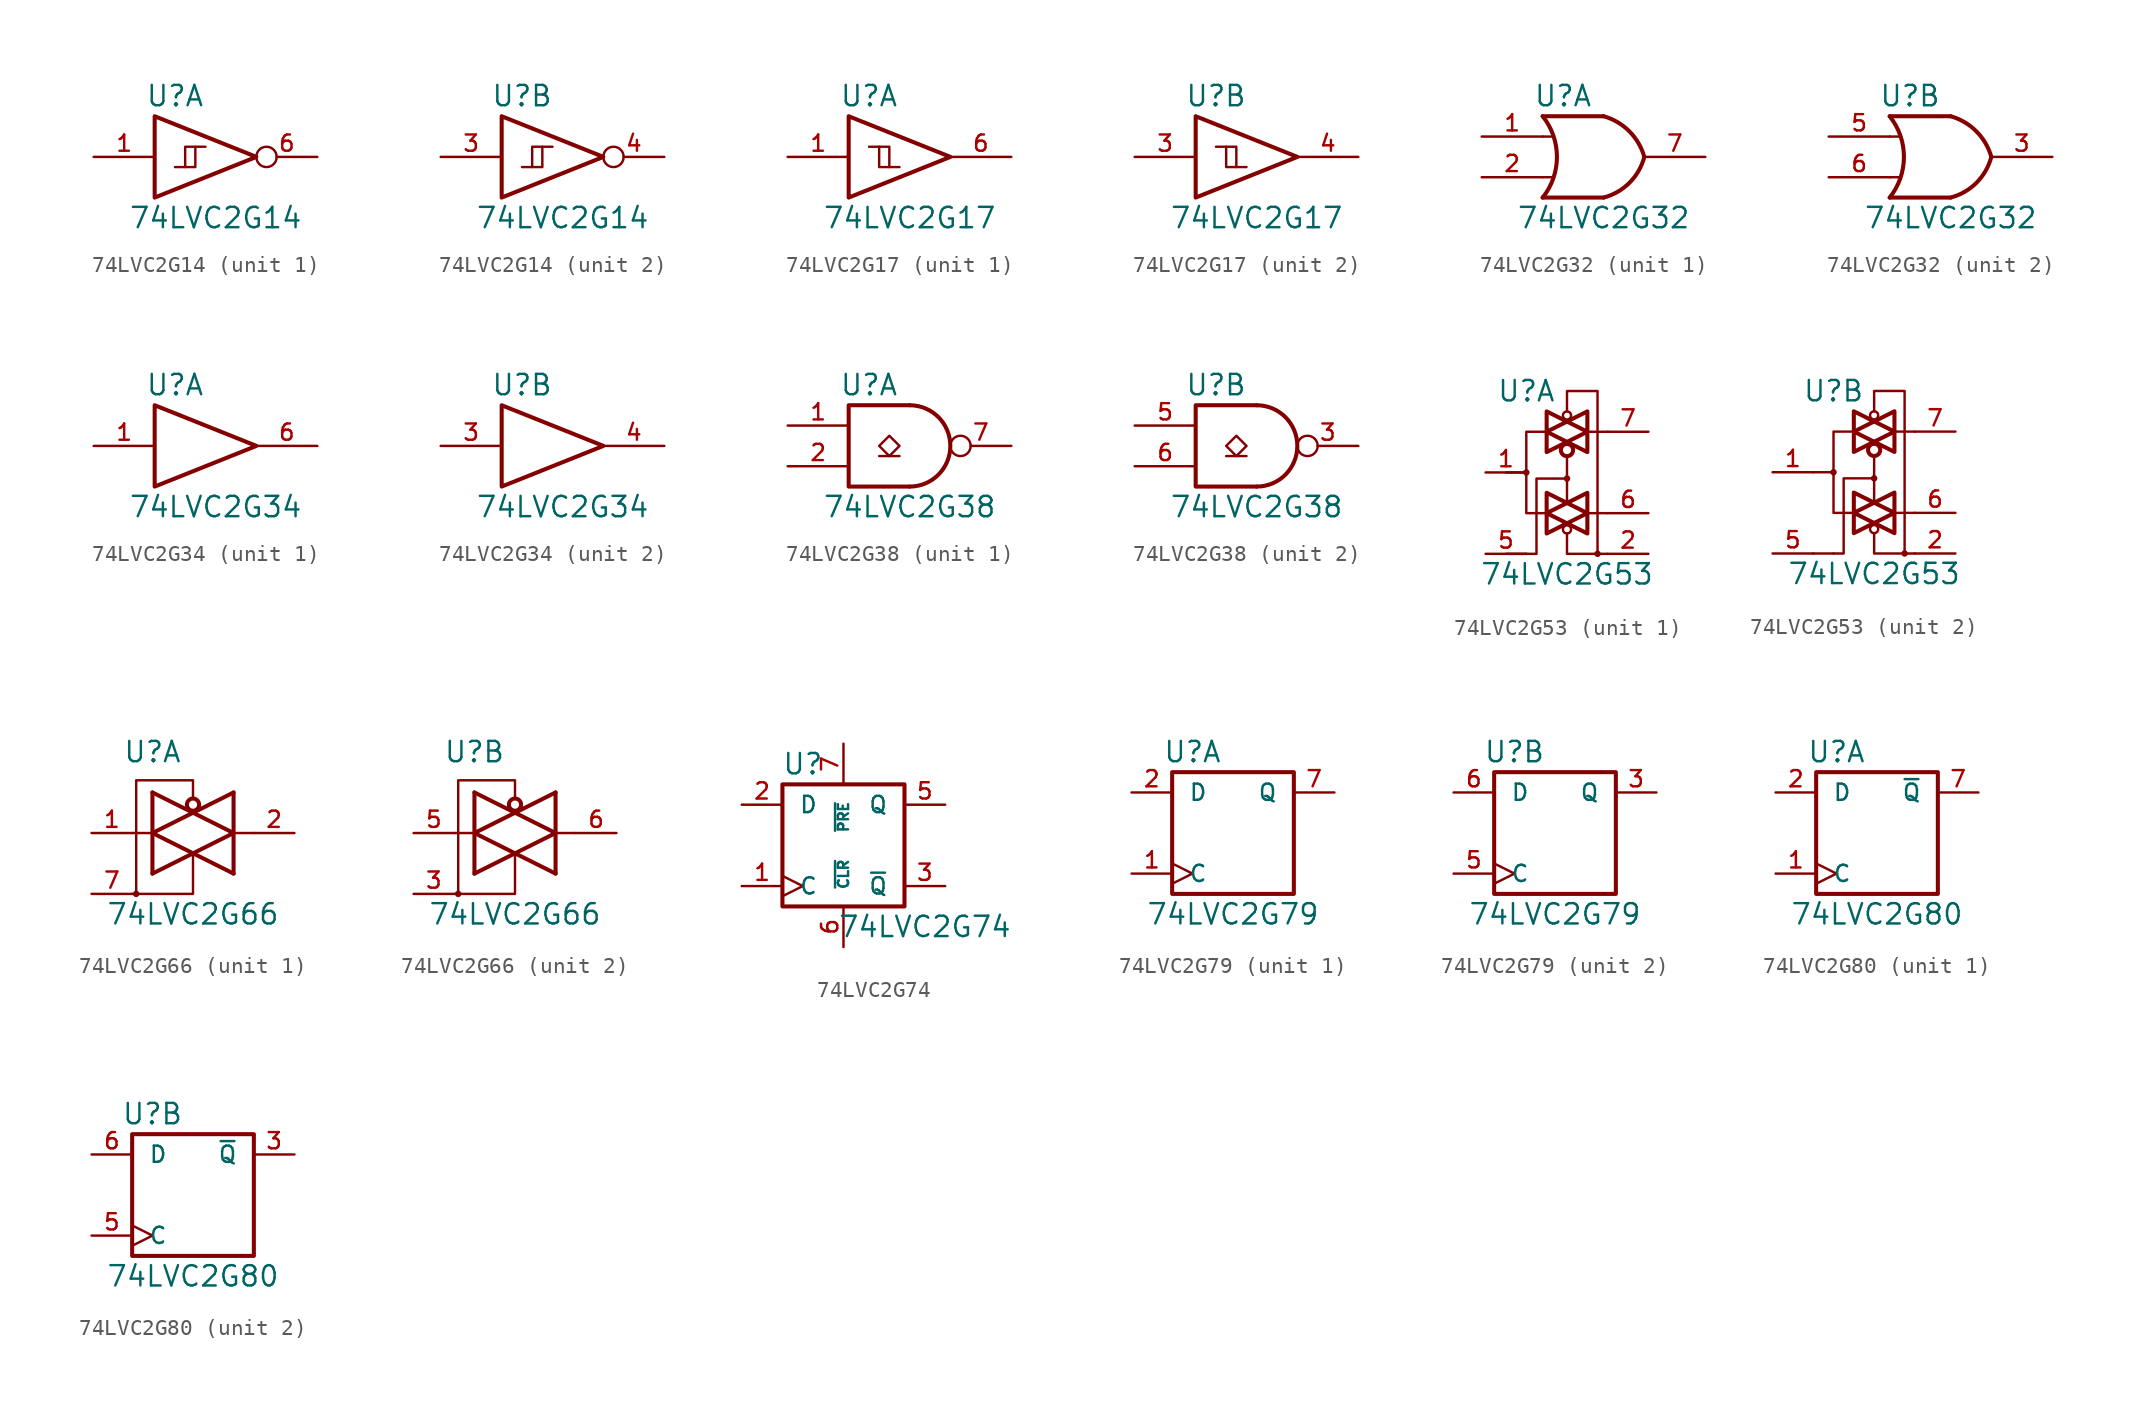
<source format=kicad_sym>
(kicad_symbol_lib
  (version 20201005)
  (generator kicad_symbol_editor)
  (symbol "74xGxx:74LVC2G14"
    (pin_names
      (offset 1.016))
    (property "Reference" "U"
      (at -2.54 3.81 0)
      (effects (font (size 1.27 1.27))))
    (property "Value" "74LVC2G14"
      (at 0 -3.81 0)
      (effects (font (size 1.27 1.27))))
    (symbol "74LVC2G14_0_1"
      (polyline (pts (xy -1.905 -0.635) (xy -1.27 -0.635) (xy -1.27 0.635)) (stroke (width 0)) (fill (type none)))
      (polyline (pts (xy -3.81 2.54) (xy -3.81 -2.54) (xy 2.54 0) (xy -3.81 2.54)) (stroke (width 0.254)) (fill (type none)))
      (polyline (pts (xy -2.54 -0.635) (xy -1.905 -0.635) (xy -1.905 0.635) (xy -0.635 0.635)) (stroke (width 0)) (fill (type none)))
      (pin power_in line (at 0 -2.54 270) (length 0) hide (name "GND" (effects (font (size 1.016 1.016)))) (number "2" (effects (font (size 1.016 1.016)))))
      (pin power_in line (at 0 2.54 90) (length 0) hide (name "VCC" (effects (font (size 1.016 1.016)))) (number "5" (effects (font (size 1.016 1.016))))))
    (symbol "74LVC2G14_1_1"
      (pin input line (at -7.62 0 0) (length 3.81) (name "~" (effects (font (size 1.016 1.016)))) (number "1" (effects (font (size 1.016 1.016)))))
      (pin output inverted (at 6.35 0 180) (length 3.81) (name "~" (effects (font (size 1.016 1.016)))) (number "6" (effects (font (size 1.016 1.016))))))
    (symbol "74LVC2G14_2_1"
      (pin input line (at -7.62 0 0) (length 3.81) (name "~" (effects (font (size 1.016 1.016)))) (number "3" (effects (font (size 1.016 1.016)))))
      (pin output inverted (at 6.35 0 180) (length 3.81) (name "~" (effects (font (size 1.016 1.016)))) (number "4" (effects (font (size 1.016 1.016)))))))
  (symbol "74xGxx:74LVC2G17"
    (pin_names
      (offset 1.016))
    (property "Reference" "U"
      (at -2.54 3.81 0)
      (effects (font (size 1.27 1.27))))
    (property "Value" "74LVC2G17"
      (at 0 -3.81 0)
      (effects (font (size 1.27 1.27))))
    (symbol "74LVC2G17_0_1"
      (polyline (pts (xy -1.905 0.635) (xy -1.27 0.635) (xy -1.27 -0.635)) (stroke (width 0)) (fill (type none)))
      (polyline (pts (xy -3.81 2.54) (xy -3.81 -2.54) (xy 2.54 0) (xy -3.81 2.54)) (stroke (width 0.254)) (fill (type none)))
      (polyline (pts (xy -2.54 0.635) (xy -1.905 0.635) (xy -1.905 -0.635) (xy -0.635 -0.635)) (stroke (width 0)) (fill (type none)))
      (pin power_in line (at 0 -2.54 270) (length 0) hide (name "GND" (effects (font (size 1.016 1.016)))) (number "2" (effects (font (size 1.016 1.016)))))
      (pin power_in line (at 0 2.54 90) (length 0) hide (name "VCC" (effects (font (size 1.016 1.016)))) (number "5" (effects (font (size 1.016 1.016))))))
    (symbol "74LVC2G17_1_1"
      (pin input line (at -7.62 0 0) (length 3.81) (name "~" (effects (font (size 1.016 1.016)))) (number "1" (effects (font (size 1.016 1.016)))))
      (pin output line (at 6.35 0 180) (length 3.81) (name "~" (effects (font (size 1.016 1.016)))) (number "6" (effects (font (size 1.016 1.016))))))
    (symbol "74LVC2G17_2_1"
      (pin input line (at -7.62 0 0) (length 3.81) (name "~" (effects (font (size 1.016 1.016)))) (number "3" (effects (font (size 1.016 1.016)))))
      (pin output line (at 6.35 0 180) (length 3.81) (name "~" (effects (font (size 1.016 1.016)))) (number "4" (effects (font (size 1.016 1.016)))))))
  (symbol "74xGxx:74LVC2G32"
    (pin_names
      (offset 1.016))
    (property "Reference" "U"
      (at -2.54 3.81 0)
      (effects (font (size 1.27 1.27))))
    (property "Value" "74LVC2G32"
      (at 0 -3.81 0)
      (effects (font (size 1.27 1.27))))
    (symbol "74LVC2G32_0_1"
      (arc (start -3.81 2.54) (end -3.81 -2.54) (radius (at -6.985 0) (length 4.064) (angles 38.6 -38.6)) (stroke (width 0.254)) (fill (type none)))
      (arc (start 0 2.54) (end 2.54 0) (radius (at -0.9652 -0.9398) (length 3.6068) (angles 74.4 15)) (stroke (width 0.254)) (fill (type none)))
      (arc (start 0 -2.54) (end 2.54 0) (radius (at -0.9652 0.9398) (length 3.6068) (angles -74.4 -15)) (stroke (width 0.254)) (fill (type none)))
      (polyline (pts (xy -3.81 -1.27) (xy -3.175 -1.27)) (stroke (width 0)) (fill (type none)))
      (polyline (pts (xy -3.81 1.27) (xy -3.175 1.27)) (stroke (width 0)) (fill (type none)))
      (polyline (pts (xy 0 -2.54) (xy -3.81 -2.54)) (stroke (width 0.254)) (fill (type background)))
      (polyline (pts (xy 0 2.54) (xy -3.81 2.54)) (stroke (width 0.254)) (fill (type background)))
      (pin power_in line (at 0 -2.54 270) (length 0) hide (name "GND" (effects (font (size 1.016 1.016)))) (number "4" (effects (font (size 1.016 1.016)))))
      (pin power_in line (at 0 2.54 90) (length 0) hide (name "VCC" (effects (font (size 1.016 1.016)))) (number "8" (effects (font (size 1.016 1.016))))))
    (symbol "74LVC2G32_1_1"
      (pin input line (at -7.62 1.27 0) (length 3.81) (name "~" (effects (font (size 1.016 1.016)))) (number "1" (effects (font (size 1.016 1.016)))))
      (pin input line (at -7.62 -1.27 0) (length 3.81) (name "~" (effects (font (size 1.016 1.016)))) (number "2" (effects (font (size 1.016 1.016)))))
      (pin output line (at 6.35 0 180) (length 3.81) (name "~" (effects (font (size 1.016 1.016)))) (number "7" (effects (font (size 1.016 1.016))))))
    (symbol "74LVC2G32_2_1"
      (pin output line (at 6.35 0 180) (length 3.81) (name "~" (effects (font (size 1.016 1.016)))) (number "3" (effects (font (size 1.016 1.016)))))
      (pin input line (at -7.62 1.27 0) (length 3.81) (name "~" (effects (font (size 1.016 1.016)))) (number "5" (effects (font (size 1.016 1.016)))))
      (pin input line (at -7.62 -1.27 0) (length 3.81) (name "~" (effects (font (size 1.016 1.016)))) (number "6" (effects (font (size 1.016 1.016)))))))
  (symbol "74xGxx:74LVC2G34"
    (pin_names
      (offset 1.016))
    (property "Reference" "U"
      (at -2.54 3.81 0)
      (effects (font (size 1.27 1.27))))
    (property "Value" "74LVC2G34"
      (at 0 -3.81 0)
      (effects (font (size 1.27 1.27))))
    (symbol "74LVC2G34_0_1"
      (polyline (pts (xy -3.81 2.54) (xy -3.81 -2.54) (xy 2.54 0) (xy -3.81 2.54)) (stroke (width 0.254)) (fill (type none)))
      (pin power_in line (at 0 -2.54 270) (length 0) hide (name "GND" (effects (font (size 1.016 1.016)))) (number "2" (effects (font (size 1.016 1.016)))))
      (pin power_in line (at 0 2.54 90) (length 0) hide (name "VCC" (effects (font (size 1.016 1.016)))) (number "5" (effects (font (size 1.016 1.016))))))
    (symbol "74LVC2G34_1_1"
      (pin input line (at -7.62 0 0) (length 3.81) (name "~" (effects (font (size 1.016 1.016)))) (number "1" (effects (font (size 1.016 1.016)))))
      (pin output line (at 6.35 0 180) (length 3.81) (name "~" (effects (font (size 1.016 1.016)))) (number "6" (effects (font (size 1.016 1.016))))))
    (symbol "74LVC2G34_2_1"
      (pin input line (at -7.62 0 0) (length 3.81) (name "~" (effects (font (size 1.016 1.016)))) (number "3" (effects (font (size 1.016 1.016)))))
      (pin output line (at 6.35 0 180) (length 3.81) (name "~" (effects (font (size 1.016 1.016)))) (number "4" (effects (font (size 1.016 1.016)))))))
  (symbol "74xGxx:74LVC2G38"
    (pin_names
      (offset 1.016))
    (property "Reference" "U"
      (at -2.54 3.81 0)
      (effects (font (size 1.27 1.27))))
    (property "Value" "74LVC2G38"
      (at 0 -3.81 0)
      (effects (font (size 1.27 1.27))))
    (symbol "74LVC2G38_0_1"
      (arc (start 0 -2.54) (end 0 2.54) (radius (at 0 0) (length 2.54) (angles -89.9 89.9)) (stroke (width 0.254)) (fill (type none)))
      (polyline (pts (xy -1.905 -0.635) (xy -0.635 -0.635)) (stroke (width 0)) (fill (type none)))
      (polyline (pts (xy 0 -2.54) (xy -3.81 -2.54) (xy -3.81 2.54) (xy 0 2.54)) (stroke (width 0.254)) (fill (type none)))
      (polyline (pts (xy -1.27 0.635) (xy -1.905 0) (xy -1.27 -0.635) (xy -0.635 0) (xy -1.27 0.635)) (stroke (width 0)) (fill (type none)))
      (pin power_in line (at 0 -2.54 270) (length 0) hide (name "GND" (effects (font (size 1.016 1.016)))) (number "4" (effects (font (size 1.016 1.016)))))
      (pin power_in line (at 0 2.54 90) (length 0) hide (name "VCC" (effects (font (size 1.016 1.016)))) (number "8" (effects (font (size 1.016 1.016))))))
    (symbol "74LVC2G38_1_1"
      (pin input line (at -7.62 1.27 0) (length 3.81) (name "~" (effects (font (size 1.016 1.016)))) (number "1" (effects (font (size 1.016 1.016)))))
      (pin input line (at -7.62 -1.27 0) (length 3.81) (name "~" (effects (font (size 1.016 1.016)))) (number "2" (effects (font (size 1.016 1.016)))))
      (pin open_collector inverted (at 6.35 0 180) (length 3.81) (name "~" (effects (font (size 1.016 1.016)))) (number "7" (effects (font (size 1.016 1.016))))))
    (symbol "74LVC2G38_2_1"
      (pin open_collector inverted (at 6.35 0 180) (length 3.81) (name "~" (effects (font (size 1.016 1.016)))) (number "3" (effects (font (size 1.016 1.016)))))
      (pin input line (at -7.62 1.27 0) (length 3.81) (name "~" (effects (font (size 1.016 1.016)))) (number "5" (effects (font (size 1.016 1.016)))))
      (pin input line (at -7.62 -1.27 0) (length 3.81) (name "~" (effects (font (size 1.016 1.016)))) (number "6" (effects (font (size 1.016 1.016)))))))
  (symbol "74xGxx:74LVC2G53"
    (pin_names
      (offset 1.016))
    (property "Reference" "U"
      (at -2.54 5.08 0)
      (effects (font (size 1.27 1.27))))
    (property "Value" "74LVC2G53"
      (at 0 -6.35 0)
      (effects (font (size 1.27 1.27))))
    (symbol "74LVC2G53_0_1"
      (circle (center -2.54 0) (radius 0.127) (stroke (width 0)) (fill (type none)))
      (circle (center 0 -3.556) (radius 0.254) (stroke (width 0)) (fill (type none)))
      (circle (center 0 -0.381) (radius 0.127) (stroke (width 0)) (fill (type none)))
      (circle (center 0 1.397) (radius 0.381) (stroke (width 0.254)) (fill (type none)))
      (circle (center 0 3.556) (radius 0.254) (stroke (width 0)) (fill (type none)))
      (circle (center 1.905 -5.08) (radius 0.127) (stroke (width 0)) (fill (type none)))
      (polyline (pts (xy -3.81 -5.08) (xy -2.54 -5.08)) (stroke (width 0)) (fill (type none)))
      (polyline (pts (xy -3.81 0) (xy -2.54 0)) (stroke (width 0)) (fill (type none)))
      (polyline (pts (xy 2.54 -2.54) (xy 1.27 -2.54)) (stroke (width 0)) (fill (type none)))
      (polyline (pts (xy 2.54 2.54) (xy 1.27 2.54)) (stroke (width 0)) (fill (type none)))
      (polyline (pts (xy 0 -3.81) (xy 0 -5.08) (xy 2.54 -5.08)) (stroke (width 0)) (fill (type none)))
      (polyline (pts (xy 0 1.016) (xy 0 0) (xy 0 -1.905)) (stroke (width 0)) (fill (type none)))
      (polyline (pts (xy -1.27 -2.54) (xy 0 -3.175) (xy -1.27 -3.81) (xy -1.27 -2.54)) (stroke (width 0.254)) (fill (type none)))
      (polyline (pts (xy -1.27 -1.27) (xy -1.27 -2.54) (xy 0 -1.905) (xy -1.27 -1.27)) (stroke (width 0.254)) (fill (type none)))
      (polyline (pts (xy -1.27 2.54) (xy 0 1.905) (xy -1.27 1.27) (xy -1.27 2.54)) (stroke (width 0.254)) (fill (type none)))
      (polyline (pts (xy -1.27 3.81) (xy 0 3.175) (xy -1.27 2.54) (xy -1.27 3.81)) (stroke (width 0.254)) (fill (type none)))
      (polyline (pts (xy 0 -0.381) (xy -1.905 -0.381) (xy -1.905 -5.08) (xy -2.54 -5.08)) (stroke (width 0)) (fill (type none)))
      (polyline (pts (xy 1.27 -2.54) (xy 0 -3.175) (xy 1.27 -3.81) (xy 1.27 -2.54)) (stroke (width 0.254)) (fill (type none)))
      (polyline (pts (xy 1.27 -1.27) (xy 1.27 -2.54) (xy 0 -1.905) (xy 1.27 -1.27)) (stroke (width 0.254)) (fill (type none)))
      (polyline (pts (xy 1.27 2.54) (xy 1.27 1.27) (xy 0 1.905) (xy 1.27 2.54)) (stroke (width 0.254)) (fill (type none)))
      (polyline (pts (xy 1.27 2.54) (xy 1.27 3.81) (xy 0 3.175) (xy 1.27 2.54)) (stroke (width 0.254)) (fill (type none)))
      (polyline (pts (xy 1.905 -5.08) (xy 1.905 5.08) (xy 0 5.08) (xy 0 3.81)) (stroke (width 0)) (fill (type none)))
      (polyline (pts (xy -1.27 2.54) (xy -2.54 2.54) (xy -2.54 0) (xy -2.54 -2.54) (xy -1.27 -2.54)) (stroke (width 0)) (fill (type none)))
      (pin power_in line (at -1.27 -5.08 270) (length 0) hide (name "GND" (effects (font (size 1.016 1.016)))) (number "4" (effects (font (size 1.016 1.016)))))
      (pin power_in line (at 0 5.08 90) (length 0) hide (name "VCC" (effects (font (size 1.016 1.016)))) (number "8" (effects (font (size 1.016 1.016))))))
    (symbol "74LVC2G53_1_1"
      (pin bidirectional line (at -5.08 0 0) (length 2.54) (name "~" (effects (font (size 1.016 1.016)))) (number "1" (effects (font (size 1.016 1.016)))))
      (pin bidirectional line (at 5.08 -5.08 180) (length 2.54) (name "~" (effects (font (size 1.016 1.016)))) (number "2" (effects (font (size 1.016 1.016)))))
      (pin power_in line (at 1.27 -5.08 270) (length 0) hide (name "GND" (effects (font (size 1.016 1.016)))) (number "3" (effects (font (size 1.016 1.016)))))
      (pin input line (at -5.08 -5.08 0) (length 2.54) (name "~" (effects (font (size 1.016 1.016)))) (number "5" (effects (font (size 1.016 1.016)))))
      (pin bidirectional line (at 5.08 -2.54 180) (length 2.54) (name "~" (effects (font (size 1.016 1.016)))) (number "6" (effects (font (size 1.016 1.016)))))
      (pin bidirectional line (at 5.08 2.54 180) (length 2.54) (name "~" (effects (font (size 1.016 1.016)))) (number "7" (effects (font (size 1.016 1.016))))))
    (symbol "74LVC2G53_2_1"
      (pin bidirectional line (at -6.35 0 0) (length 2.54) (name "~" (effects (font (size 1.016 1.016)))) (number "1" (effects (font (size 1.016 1.016)))))
      (pin input line (at 5.08 -5.08 180) (length 2.54) (name "~" (effects (font (size 1.016 1.016)))) (number "2" (effects (font (size 1.016 1.016)))))
      (pin input line (at -6.35 -5.08 0) (length 2.54) (name "~" (effects (font (size 1.016 1.016)))) (number "5" (effects (font (size 1.016 1.016)))))
      (pin bidirectional line (at 5.08 -2.54 180) (length 2.54) (name "~" (effects (font (size 1.016 1.016)))) (number "6" (effects (font (size 1.016 1.016)))))
      (pin bidirectional line (at 5.08 2.54 180) (length 2.54) (name "~" (effects (font (size 1.016 1.016)))) (number "7" (effects (font (size 1.016 1.016)))))))
  (symbol "74xGxx:74LVC2G66"
    (pin_names
      (offset 1.016))
    (property "Reference" "U"
      (at -2.54 5.08 0)
      (effects (font (size 1.27 1.27))))
    (property "Value" "74LVC2G66"
      (at 0 -5.08 0)
      (effects (font (size 1.27 1.27))))
    (symbol "74LVC2G66_0_1"
      (circle (center -3.556 -3.81) (radius 0.127) (stroke (width 0)) (fill (type none)))
      (circle (center 0 1.778) (radius 0.381) (stroke (width 0.254)) (fill (type none)))
      (polyline (pts (xy -3.81 0) (xy -2.54 0)) (stroke (width 0)) (fill (type none)))
      (polyline (pts (xy -2.54 2.54) (xy -2.54 -2.54)) (stroke (width 0.254)) (fill (type none)))
      (polyline (pts (xy 2.54 0) (xy 3.81 0)) (stroke (width 0)) (fill (type none)))
      (polyline (pts (xy 2.54 2.54) (xy 2.54 -2.54)) (stroke (width 0.254)) (fill (type none)))
      (polyline (pts (xy -3.81 -3.81) (xy 0 -3.81) (xy 0 -1.27)) (stroke (width 0)) (fill (type none)))
      (polyline (pts (xy -2.54 -2.54) (xy 2.54 0) (xy -2.54 2.54)) (stroke (width 0.254)) (fill (type none)))
      (polyline (pts (xy 2.54 2.54) (xy -2.54 0) (xy 2.54 -2.54)) (stroke (width 0.254)) (fill (type none)))
      (polyline (pts (xy 0 2.159) (xy 0 3.302) (xy -3.556 3.302) (xy -3.556 -3.81)) (stroke (width 0)) (fill (type none)))
      (pin power_in line (at 1.27 -3.81 270) (length 0) hide (name "GND" (effects (font (size 1.016 1.016)))) (number "4" (effects (font (size 1.016 1.016)))))
      (pin power_in line (at 1.27 3.81 90) (length 0) hide (name "VCC" (effects (font (size 1.016 1.016)))) (number "8" (effects (font (size 1.016 1.016))))))
    (symbol "74LVC2G66_1_1"
      (pin input line (at -6.35 0 0) (length 2.54) (name "~" (effects (font (size 1.016 1.016)))) (number "1" (effects (font (size 1.016 1.016)))))
      (pin tri_state line (at 6.35 0 180) (length 2.54) (name "~" (effects (font (size 1.016 1.016)))) (number "2" (effects (font (size 1.016 1.016)))))
      (pin input line (at -6.35 -3.81 0) (length 2.54) (name "~" (effects (font (size 1.016 1.016)))) (number "7" (effects (font (size 1.016 1.016))))))
    (symbol "74LVC2G66_2_1"
      (pin input line (at -6.35 -3.81 0) (length 2.54) (name "~" (effects (font (size 1.016 1.016)))) (number "3" (effects (font (size 1.016 1.016)))))
      (pin input line (at -6.35 0 0) (length 2.54) (name "~" (effects (font (size 1.016 1.016)))) (number "5" (effects (font (size 1.016 1.016)))))
      (pin tri_state line (at 6.35 0 180) (length 2.54) (name "~" (effects (font (size 1.016 1.016)))) (number "6" (effects (font (size 1.016 1.016)))))))
  (symbol "74xGxx:74LVC2G74"
    (pin_names
      (offset 1.016))
    (property "Reference" "U"
      (at -2.54 5.08 0)
      (effects (font (size 1.27 1.27))))
    (property "Value" "74LVC2G74"
      (at 5.08 -5.08 0)
      (effects (font (size 1.27 1.27))))
    (symbol "74LVC2G74_0_1"
      (rectangle (start -3.81 3.81) (end 3.81 -3.81) (stroke (width 0.254)) (fill (type none))))
    (symbol "74LVC2G74_1_1"
      (pin input clock (at -6.35 -2.54 0) (length 2.54) (name "C" (effects (font (size 1.016 1.016)))) (number "1" (effects (font (size 1.016 1.016)))))
      (pin input line (at -6.35 2.54 0) (length 2.54) (name "D" (effects (font (size 1.016 1.016)))) (number "2" (effects (font (size 1.016 1.016)))))
      (pin output line (at 6.35 -2.54 180) (length 2.54) (name "~Q" (effects (font (size 1.016 1.016)))) (number "3" (effects (font (size 1.016 1.016)))))
      (pin power_in line (at -3.81 -3.81 270) (length 0) hide (name "GND" (effects (font (size 1.016 1.016)))) (number "4" (effects (font (size 1.016 1.016)))))
      (pin output line (at 6.35 2.54 180) (length 2.54) (name "Q" (effects (font (size 1.016 1.016)))) (number "5" (effects (font (size 1.016 1.016)))))
      (pin input line (at 0 -6.35 90) (length 2.54) (name "~CLR" (effects (font (size 0.635 0.635)))) (number "6" (effects (font (size 1.016 1.016)))))
      (pin input line (at 0 6.35 270) (length 2.54) (name "~PRE" (effects (font (size 0.635 0.635)))) (number "7" (effects (font (size 1.016 1.016)))))
      (pin power_in line (at -3.81 3.81 90) (length 0) hide (name "VCC" (effects (font (size 1.016 1.016)))) (number "8" (effects (font (size 1.016 1.016)))))))
  (symbol "74xGxx:74LVC2G79"
    (pin_names
      (offset 1.016))
    (property "Reference" "U"
      (at -2.54 5.08 0)
      (effects (font (size 1.27 1.27))))
    (property "Value" "74LVC2G79"
      (at 0 -5.08 0)
      (effects (font (size 1.27 1.27))))
    (symbol "74LVC2G79_0_1"
      (rectangle (start -3.81 3.81) (end 3.81 -3.81) (stroke (width 0.254)) (fill (type none)))
      (pin power_in line (at 0 -3.81 270) (length 0) hide (name "GND" (effects (font (size 1.016 1.016)))) (number "4" (effects (font (size 1.016 1.016)))))
      (pin power_in line (at 0 3.81 90) (length 0) hide (name "VCC" (effects (font (size 1.016 1.016)))) (number "8" (effects (font (size 1.016 1.016))))))
    (symbol "74LVC2G79_1_1"
      (pin input clock (at -6.35 -2.54 0) (length 2.54) (name "C" (effects (font (size 1.016 1.016)))) (number "1" (effects (font (size 1.016 1.016)))))
      (pin input line (at -6.35 2.54 0) (length 2.54) (name "D" (effects (font (size 1.016 1.016)))) (number "2" (effects (font (size 1.016 1.016)))))
      (pin output line (at 6.35 2.54 180) (length 2.54) (name "Q" (effects (font (size 1.016 1.016)))) (number "7" (effects (font (size 1.016 1.016))))))
    (symbol "74LVC2G79_2_1"
      (pin output line (at 6.35 2.54 180) (length 2.54) (name "Q" (effects (font (size 1.016 1.016)))) (number "3" (effects (font (size 1.016 1.016)))))
      (pin input clock (at -6.35 -2.54 0) (length 2.54) (name "C" (effects (font (size 1.016 1.016)))) (number "5" (effects (font (size 1.016 1.016)))))
      (pin input line (at -6.35 2.54 0) (length 2.54) (name "D" (effects (font (size 1.016 1.016)))) (number "6" (effects (font (size 1.016 1.016)))))))
  (symbol "74xGxx:74LVC2G80"
    (pin_names
      (offset 1.016))
    (property "Reference" "U"
      (at -2.54 5.08 0)
      (effects (font (size 1.27 1.27))))
    (property "Value" "74LVC2G80"
      (at 0 -5.08 0)
      (effects (font (size 1.27 1.27))))
    (symbol "74LVC2G80_0_1"
      (rectangle (start -3.81 3.81) (end 3.81 -3.81) (stroke (width 0.254)) (fill (type none)))
      (pin power_in line (at 0 -3.81 270) (length 0) hide (name "GND" (effects (font (size 1.016 1.016)))) (number "4" (effects (font (size 1.016 1.016)))))
      (pin power_in line (at 0 3.81 90) (length 0) hide (name "VCC" (effects (font (size 1.016 1.016)))) (number "8" (effects (font (size 1.016 1.016))))))
    (symbol "74LVC2G80_1_1"
      (pin input clock (at -6.35 -2.54 0) (length 2.54) (name "C" (effects (font (size 1.016 1.016)))) (number "1" (effects (font (size 1.016 1.016)))))
      (pin input line (at -6.35 2.54 0) (length 2.54) (name "D" (effects (font (size 1.016 1.016)))) (number "2" (effects (font (size 1.016 1.016)))))
      (pin output line (at 6.35 2.54 180) (length 2.54) (name "~Q" (effects (font (size 1.016 1.016)))) (number "7" (effects (font (size 1.016 1.016))))))
    (symbol "74LVC2G80_2_1"
      (pin output line (at 6.35 2.54 180) (length 2.54) (name "~Q" (effects (font (size 1.016 1.016)))) (number "3" (effects (font (size 1.016 1.016)))))
      (pin input clock (at -6.35 -2.54 0) (length 2.54) (name "C" (effects (font (size 1.016 1.016)))) (number "5" (effects (font (size 1.016 1.016)))))
      (pin input line (at -6.35 2.54 0) (length 2.54) (name "D" (effects (font (size 1.016 1.016)))) (number "6" (effects (font (size 1.016 1.016))))))))
</source>
